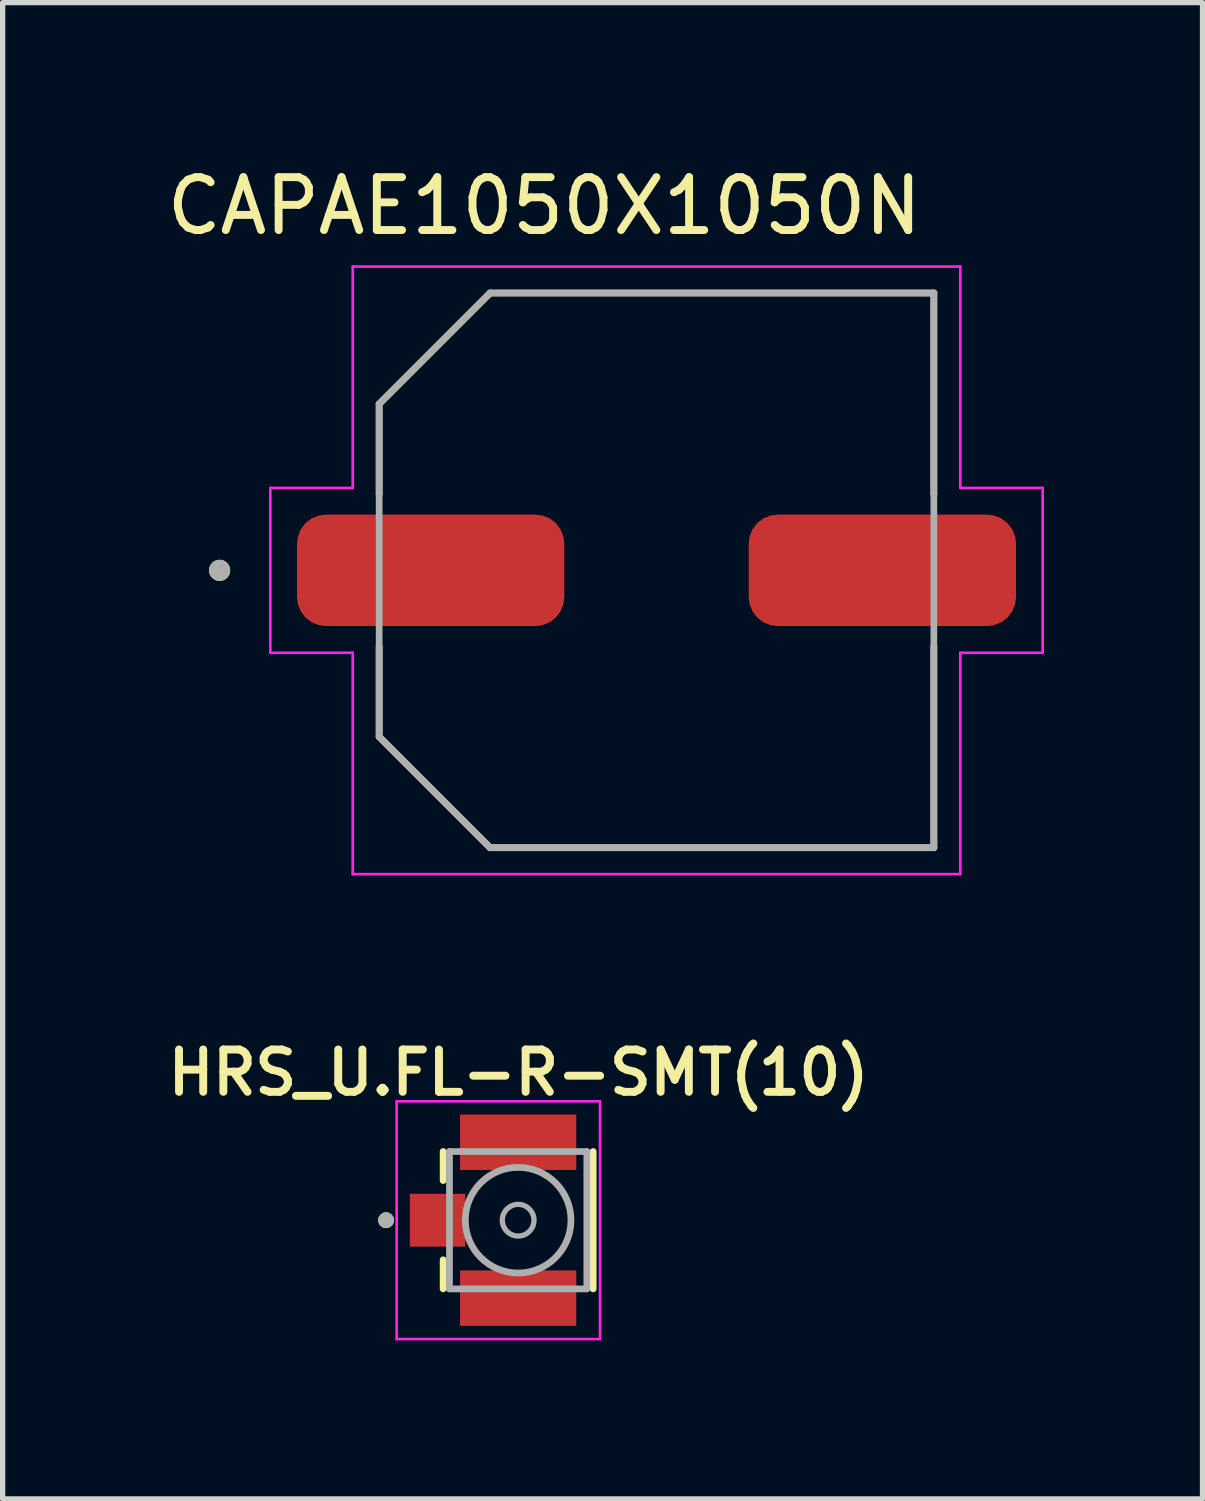
<source format=kicad_pcb>
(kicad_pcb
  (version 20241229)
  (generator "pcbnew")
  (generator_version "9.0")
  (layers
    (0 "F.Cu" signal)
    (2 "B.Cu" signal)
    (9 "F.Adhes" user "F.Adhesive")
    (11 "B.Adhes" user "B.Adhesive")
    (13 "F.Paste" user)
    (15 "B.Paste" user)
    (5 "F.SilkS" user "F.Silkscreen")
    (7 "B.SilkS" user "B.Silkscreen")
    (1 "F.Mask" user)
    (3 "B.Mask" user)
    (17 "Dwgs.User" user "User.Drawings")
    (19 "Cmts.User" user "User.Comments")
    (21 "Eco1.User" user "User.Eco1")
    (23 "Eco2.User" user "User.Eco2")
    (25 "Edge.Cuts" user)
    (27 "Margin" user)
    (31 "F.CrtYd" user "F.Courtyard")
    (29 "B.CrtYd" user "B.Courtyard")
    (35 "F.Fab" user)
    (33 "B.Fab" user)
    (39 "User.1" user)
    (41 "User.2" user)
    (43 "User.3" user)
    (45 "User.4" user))
  (footprint "HRS_U.FL-R-SMT(10)"
    (layer "F.Cu")
    (at 6.758 20.047)
    (property "Reference" "HRS_U.FL-R-SMT(10)" (at 0.008 -2.793 0) (layer "F.SilkS") (effects (font (size 0.801 0.801) (thickness 0.15))))
    (attr through_hole)
    (fp_line (start -1.42 -1.3) (end -1.42 -0.75) (stroke (width 0.127) (type solid)) (layer "F.SilkS"))
    (fp_line (start -1.42 0.75) (end -1.42 1.3) (stroke (width 0.127) (type solid)) (layer "F.SilkS"))
    (fp_line (start 1.42 -1.3) (end 1.42 1.3) (stroke (width 0.127) (type solid)) (layer "F.SilkS"))
    (fp_circle (center -2.5 0) (end -2.425 0) (stroke (width 0.15) (type solid)) (fill no) (layer "F.SilkS"))
    (fp_line (start -2.3 -2.25) (end 1.55 -2.25) (stroke (width 0.05) (type solid)) (layer "F.CrtYd"))
    (fp_line (start -2.3 2.25) (end -2.3 -2.25) (stroke (width 0.05) (type solid)) (layer "F.CrtYd"))
    (fp_line (start 1.55 -2.25) (end 1.55 2.25) (stroke (width 0.05) (type solid)) (layer "F.CrtYd"))
    (fp_line (start 1.55 2.25) (end -2.3 2.25) (stroke (width 0.05) (type solid)) (layer "F.CrtYd"))
    (fp_line (start -1.3 -1.3) (end -1.3 1.3) (stroke (width 0.127) (type solid)) (layer "F.Fab"))
    (fp_line (start 1.3 -1.3) (end -1.3 -1.3) (stroke (width 0.127) (type solid)) (layer "F.Fab"))
    (fp_line (start 1.3 -1.3) (end 1.3 1.3) (stroke (width 0.127) (type solid)) (layer "F.Fab"))
    (fp_line (start 1.3 1.3) (end -1.3 1.3) (stroke (width 0.127) (type solid)) (layer "F.Fab"))
    (fp_circle (center -2.5 0) (end -2.425 0) (stroke (width 0.15) (type solid)) (fill no) (layer "F.Fab"))
    (fp_circle (center 0 0) (end 0.3 0) (stroke (width 0.1) (type solid)) (fill no) (layer "F.Fab"))
    (fp_circle (center 0 0) (end 1 0) (stroke (width 0.127) (type solid)) (fill no) (layer "F.Fab"))
    (pad "1" smd rect (at -1.525 0) (size 1.05 1) (layers "F.Cu" "F.Mask" "F.Paste"))
    (pad "2" smd rect (at 0 -1.475 270) (size 1.05 2.2) (layers "F.Cu" "F.Mask" "F.Paste"))
    (pad "3" smd rect (at 0 1.475 270) (size 1.05 2.2) (layers "F.Cu" "F.Mask" "F.Paste"))
    (zone (net_name "") (layer "F.Cu") (hatch full 0.508) (connect_pads) (min_thickness 0.01) (filled_areas_thickness no) (keepout (tracks not_allowed) (vias not_allowed) (pads not_allowed) (copperpour not_allowed) (footprints allowed)) (placement (enabled no)) (fill) (polygon (pts (xy 5.758 19.097) (xy 8.058 19.097) (xy 8.058 20.997) (xy 5.758 20.997))))
    (zone (net_name "") (layers "F.Cu" "B.Cu") (hatch full 0.508) (connect_pads) (min_thickness 0.01) (filled_areas_thickness no) (keepout (tracks allowed) (vias not_allowed) (pads allowed) (copperpour allowed) (footprints allowed)) (placement (enabled no)) (fill) (polygon (pts (xy 5.758 19.097) (xy 8.058 19.097) (xy 8.058 20.997) (xy 5.758 20.997)))))
  (footprint "CAPAE1050X1050N"
    (layer "F.Cu")
    (at 9.377 7.746)
    (property "Reference" "CAPAE1050X1050N" (at -2.124 -6.897 0) (layer "F.SilkS") (effects (font (size 1.001 1.001) (thickness 0.15))))
    (attr through_hole)
    (fp_line (start -5.25 -3.15) (end -3.15 -5.25) (stroke (width 0.127) (type solid)) (layer "F.SilkS"))
    (fp_line (start -5.25 -1.44) (end -5.25 -3.15) (stroke (width 0.127) (type solid)) (layer "F.SilkS"))
    (fp_line (start -5.25 3.15) (end -5.25 1.44) (stroke (width 0.127) (type solid)) (layer "F.SilkS"))
    (fp_line (start -3.15 -5.25) (end 5.25 -5.25) (stroke (width 0.127) (type solid)) (layer "F.SilkS"))
    (fp_line (start -3.15 5.25) (end -5.25 3.15) (stroke (width 0.127) (type solid)) (layer "F.SilkS"))
    (fp_line (start 5.25 -5.25) (end 5.25 -1.44) (stroke (width 0.127) (type solid)) (layer "F.SilkS"))
    (fp_line (start 5.25 5.25) (end -3.15 5.25) (stroke (width 0.127) (type solid)) (layer "F.SilkS"))
    (fp_line (start 5.25 5.25) (end 5.25 1.44) (stroke (width 0.127) (type solid)) (layer "F.SilkS"))
    (fp_circle (center -8.27 0) (end -8.17 0) (stroke (width 0.2) (type solid)) (fill no) (layer "F.SilkS"))
    (fp_line (start -7.31 -1.56) (end -7.31 1.56) (stroke (width 0.05) (type solid)) (layer "F.CrtYd"))
    (fp_line (start -7.31 1.56) (end -5.75 1.56) (stroke (width 0.05) (type solid)) (layer "F.CrtYd"))
    (fp_line (start -5.75 -5.75) (end -5.75 -1.56) (stroke (width 0.05) (type solid)) (layer "F.CrtYd"))
    (fp_line (start -5.75 -1.56) (end -7.31 -1.56) (stroke (width 0.05) (type solid)) (layer "F.CrtYd"))
    (fp_line (start -5.75 1.56) (end -5.75 5.75) (stroke (width 0.05) (type solid)) (layer "F.CrtYd"))
    (fp_line (start -5.75 5.75) (end 5.75 5.75) (stroke (width 0.05) (type solid)) (layer "F.CrtYd"))
    (fp_line (start 5.75 -5.75) (end -5.75 -5.75) (stroke (width 0.05) (type solid)) (layer "F.CrtYd"))
    (fp_line (start 5.75 -1.56) (end 5.75 -5.75) (stroke (width 0.05) (type solid)) (layer "F.CrtYd"))
    (fp_line (start 5.75 1.56) (end 7.31 1.56) (stroke (width 0.05) (type solid)) (layer "F.CrtYd"))
    (fp_line (start 5.75 5.75) (end 5.75 1.56) (stroke (width 0.05) (type solid)) (layer "F.CrtYd"))
    (fp_line (start 7.31 -1.56) (end 5.75 -1.56) (stroke (width 0.05) (type solid)) (layer "F.CrtYd"))
    (fp_line (start 7.31 1.56) (end 7.31 -1.56) (stroke (width 0.05) (type solid)) (layer "F.CrtYd"))
    (fp_line (start -5.25 -3.15) (end -3.15 -5.25) (stroke (width 0.127) (type solid)) (layer "F.Fab"))
    (fp_line (start -5.25 3.15) (end -5.25 -3.15) (stroke (width 0.127) (type solid)) (layer "F.Fab"))
    (fp_line (start -3.15 -5.25) (end 5.25 -5.25) (stroke (width 0.127) (type solid)) (layer "F.Fab"))
    (fp_line (start -3.15 5.25) (end -5.25 3.15) (stroke (width 0.127) (type solid)) (layer "F.Fab"))
    (fp_line (start 5.25 -5.25) (end 5.25 5.25) (stroke (width 0.127) (type solid)) (layer "F.Fab"))
    (fp_line (start 5.25 5.25) (end -3.15 5.25) (stroke (width 0.127) (type solid)) (layer "F.Fab"))
    (fp_circle (center -8.27 0) (end -8.17 0) (stroke (width 0.2) (type solid)) (fill no) (layer "F.Fab"))
    (pad "1" smd roundrect (at -4.275 0) (size 5.06 2.11) (layers "F.Cu" "F.Mask" "F.Paste") (roundrect_rratio 0.26))
    (pad "2" smd roundrect (at 4.275 0) (size 5.06 2.11) (layers "F.Cu" "F.Mask" "F.Paste") (roundrect_rratio 0.26)))
  (gr_rect
    (start -3 -3)
    (end 19.712 25.322)
    (stroke (width 0.1) (type default))
    (fill no)
    (layer "Edge.Cuts")))
</source>
